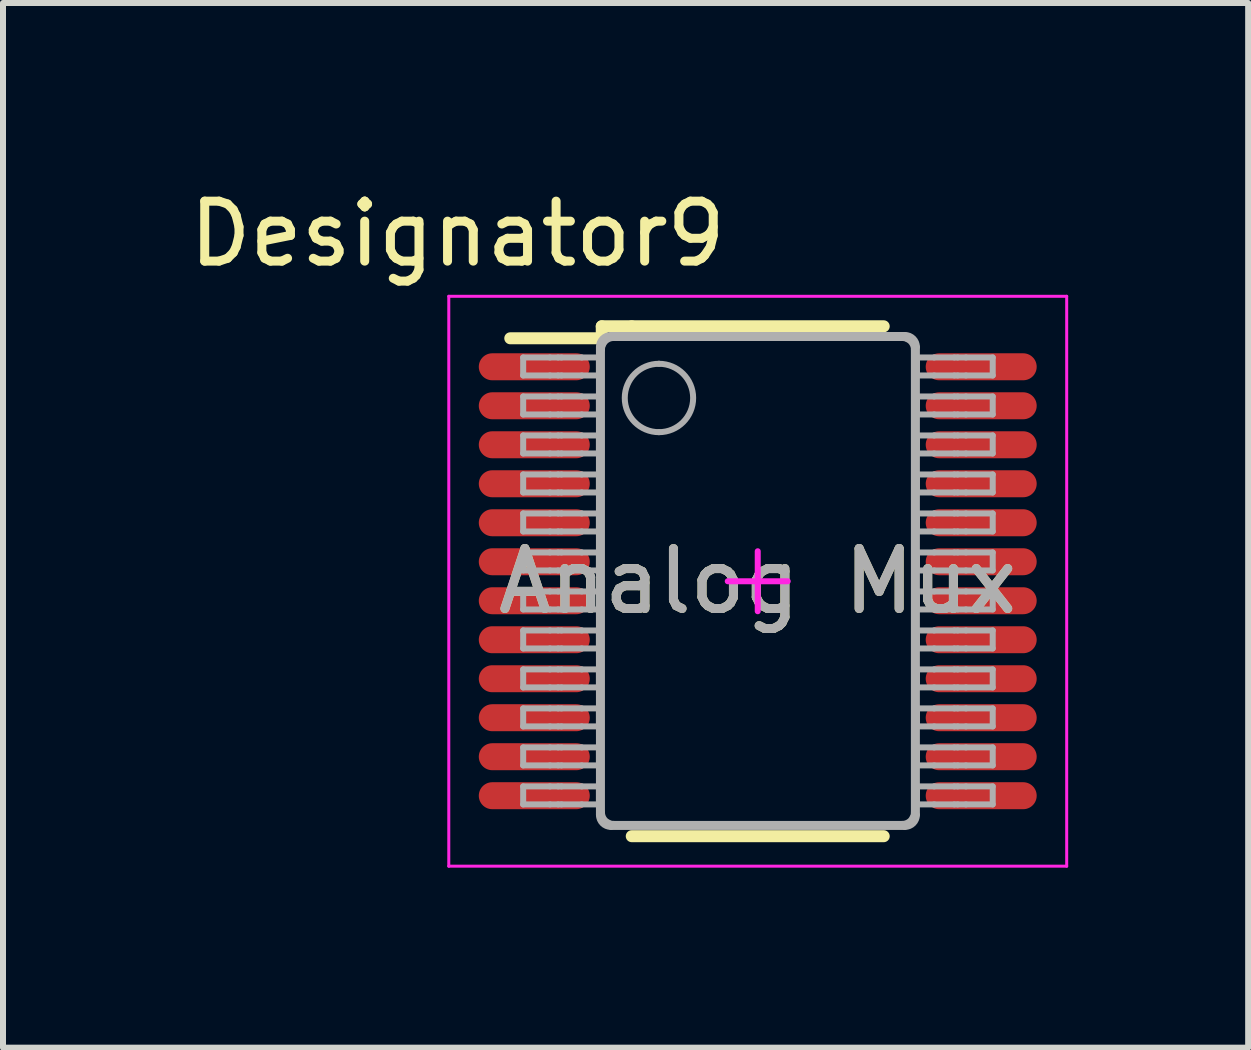
<source format=kicad_pcb>
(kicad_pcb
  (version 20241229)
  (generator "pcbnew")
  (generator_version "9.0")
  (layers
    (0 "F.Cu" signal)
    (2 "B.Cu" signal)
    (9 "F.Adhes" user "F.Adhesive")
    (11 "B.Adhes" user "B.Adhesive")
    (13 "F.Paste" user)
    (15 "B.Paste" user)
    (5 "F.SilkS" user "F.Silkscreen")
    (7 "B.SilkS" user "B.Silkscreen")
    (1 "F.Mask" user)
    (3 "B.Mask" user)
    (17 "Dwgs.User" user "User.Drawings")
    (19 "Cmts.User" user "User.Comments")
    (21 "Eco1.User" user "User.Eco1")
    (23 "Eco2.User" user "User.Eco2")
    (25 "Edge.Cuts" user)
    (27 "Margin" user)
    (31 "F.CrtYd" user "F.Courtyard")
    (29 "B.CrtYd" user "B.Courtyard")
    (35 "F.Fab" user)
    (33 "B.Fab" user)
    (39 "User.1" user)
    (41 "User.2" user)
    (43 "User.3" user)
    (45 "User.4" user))
  (footprint "Analog Mux"
    (layer "F.Cu")
    (at 9.581 6.639)
    (property "Reference" "Analog Mux" (at 0 0 0) (unlocked yes) (layer "F.SilkS") (effects (font (size 1 1) (thickness 0.15))))
    (attr smd)
    (fp_line (start -4.125 -4.05) (end -2.6 -4.05) (stroke (width 0.2) (type solid)) (layer "F.SilkS"))
    (fp_line (start -2.6 -4.25) (end -2.1 -4.25) (stroke (width 0.2) (type solid)) (layer "F.SilkS"))
    (fp_line (start -2.6 -4.05) (end -2.6 -4.25) (stroke (width 0.2) (type solid)) (layer "F.SilkS"))
    (fp_line (start -2.1 -4.25) (end 2.1 -4.25) (stroke (width 0.2) (type solid)) (layer "F.SilkS"))
    (fp_line (start -2.1 4.25) (end 2.1 4.25) (stroke (width 0.2) (type solid)) (layer "F.SilkS"))
    (fp_line (start -5.15 -4.75) (end 5.15 -4.75) (stroke (width 0.05) (type solid)) (layer "F.CrtYd"))
    (fp_line (start -5.15 4.75) (end -5.15 -4.75) (stroke (width 0.05) (type solid)) (layer "F.CrtYd"))
    (fp_line (start -5.15 4.75) (end 5.15 4.75) (stroke (width 0.05) (type solid)) (layer "F.CrtYd"))
    (fp_line (start -0.5 0) (end 0.5 0) (stroke (width 0.1) (type solid)) (layer "F.CrtYd"))
    (fp_line (start -0.000003 0.5) (end -0.000003 -0.5) (stroke (width 0.1) (type solid)) (layer "F.CrtYd"))
    (fp_line (start 5.15 4.75) (end 5.15 -4.75) (stroke (width 0.05) (type solid)) (layer "F.CrtYd"))
    (fp_line (start -3.91 -3.73) (end -3.464 -3.73) (stroke (width 0.1) (type solid)) (layer "F.Fab"))
    (fp_line (start -3.91 -3.43) (end -3.91 -3.73) (stroke (width 0.1) (type solid)) (layer "F.Fab"))
    (fp_line (start -3.91 -3.43) (end -3.464 -3.43) (stroke (width 0.1) (type solid)) (layer "F.Fab"))
    (fp_line (start -3.91 -3.08) (end -3.464 -3.08) (stroke (width 0.1) (type solid)) (layer "F.Fab"))
    (fp_line (start -3.91 -2.78) (end -3.91 -3.08) (stroke (width 0.1) (type solid)) (layer "F.Fab"))
    (fp_line (start -3.91 -2.78) (end -3.464 -2.78) (stroke (width 0.1) (type solid)) (layer "F.Fab"))
    (fp_line (start -3.91 -2.43) (end -3.464 -2.43) (stroke (width 0.1) (type solid)) (layer "F.Fab"))
    (fp_line (start -3.91 -2.13) (end -3.91 -2.43) (stroke (width 0.1) (type solid)) (layer "F.Fab"))
    (fp_line (start -3.91 -2.13) (end -3.464 -2.13) (stroke (width 0.1) (type solid)) (layer "F.Fab"))
    (fp_line (start -3.91 -1.78) (end -3.464 -1.78) (stroke (width 0.1) (type solid)) (layer "F.Fab"))
    (fp_line (start -3.91 -1.48) (end -3.91 -1.78) (stroke (width 0.1) (type solid)) (layer "F.Fab"))
    (fp_line (start -3.91 -1.48) (end -3.464 -1.48) (stroke (width 0.1) (type solid)) (layer "F.Fab"))
    (fp_line (start -3.91 -1.13) (end -3.464 -1.13) (stroke (width 0.1) (type solid)) (layer "F.Fab"))
    (fp_line (start -3.91 -0.83) (end -3.91 -1.13) (stroke (width 0.1) (type solid)) (layer "F.Fab"))
    (fp_line (start -3.91 -0.83) (end -3.464 -0.83) (stroke (width 0.1) (type solid)) (layer "F.Fab"))
    (fp_line (start -3.91 -0.48) (end -3.464 -0.48) (stroke (width 0.1) (type solid)) (layer "F.Fab"))
    (fp_line (start -3.91 -0.18) (end -3.91 -0.48) (stroke (width 0.1) (type solid)) (layer "F.Fab"))
    (fp_line (start -3.91 -0.18) (end -3.464 -0.18) (stroke (width 0.1) (type solid)) (layer "F.Fab"))
    (fp_line (start -3.91 0.17) (end -3.464 0.17) (stroke (width 0.1) (type solid)) (layer "F.Fab"))
    (fp_line (start -3.91 0.47) (end -3.91 0.17) (stroke (width 0.1) (type solid)) (layer "F.Fab"))
    (fp_line (start -3.91 0.47) (end -3.464 0.47) (stroke (width 0.1) (type solid)) (layer "F.Fab"))
    (fp_line (start -3.91 0.82) (end -3.464 0.82) (stroke (width 0.1) (type solid)) (layer "F.Fab"))
    (fp_line (start -3.91 1.12) (end -3.91 0.82) (stroke (width 0.1) (type solid)) (layer "F.Fab"))
    (fp_line (start -3.91 1.12) (end -3.464 1.12) (stroke (width 0.1) (type solid)) (layer "F.Fab"))
    (fp_line (start -3.91 1.47) (end -3.464 1.47) (stroke (width 0.1) (type solid)) (layer "F.Fab"))
    (fp_line (start -3.91 1.77) (end -3.91 1.47) (stroke (width 0.1) (type solid)) (layer "F.Fab"))
    (fp_line (start -3.91 1.77) (end -3.464 1.77) (stroke (width 0.1) (type solid)) (layer "F.Fab"))
    (fp_line (start -3.91 2.12) (end -3.464 2.12) (stroke (width 0.1) (type solid)) (layer "F.Fab"))
    (fp_line (start -3.91 2.42) (end -3.91 2.12) (stroke (width 0.1) (type solid)) (layer "F.Fab"))
    (fp_line (start -3.91 2.42) (end -3.464 2.42) (stroke (width 0.1) (type solid)) (layer "F.Fab"))
    (fp_line (start -3.91 2.77) (end -3.464 2.77) (stroke (width 0.1) (type solid)) (layer "F.Fab"))
    (fp_line (start -3.91 3.07) (end -3.91 2.77) (stroke (width 0.1) (type solid)) (layer "F.Fab"))
    (fp_line (start -3.91 3.07) (end -3.464 3.07) (stroke (width 0.1) (type solid)) (layer "F.Fab"))
    (fp_line (start -3.91 3.42) (end -3.464 3.42) (stroke (width 0.1) (type solid)) (layer "F.Fab"))
    (fp_line (start -3.91 3.72) (end -3.91 3.42) (stroke (width 0.1) (type solid)) (layer "F.Fab"))
    (fp_line (start -3.91 3.72) (end -3.464 3.72) (stroke (width 0.1) (type solid)) (layer "F.Fab"))
    (fp_line (start -3.464 -3.73) (end -3.326 -3.73) (stroke (width 0.1) (type solid)) (layer "F.Fab"))
    (fp_line (start -3.464 -3.43) (end -3.326 -3.43) (stroke (width 0.1) (type solid)) (layer "F.Fab"))
    (fp_line (start -3.464 -3.08) (end -3.326 -3.08) (stroke (width 0.1) (type solid)) (layer "F.Fab"))
    (fp_line (start -3.464 -2.78) (end -3.326 -2.78) (stroke (width 0.1) (type solid)) (layer "F.Fab"))
    (fp_line (start -3.464 -2.43) (end -3.326 -2.43) (stroke (width 0.1) (type solid)) (layer "F.Fab"))
    (fp_line (start -3.464 -2.13) (end -3.326 -2.13) (stroke (width 0.1) (type solid)) (layer "F.Fab"))
    (fp_line (start -3.464 -1.78) (end -3.326 -1.78) (stroke (width 0.1) (type solid)) (layer "F.Fab"))
    (fp_line (start -3.464 -1.48) (end -3.326 -1.48) (stroke (width 0.1) (type solid)) (layer "F.Fab"))
    (fp_line (start -3.464 -1.13) (end -3.326 -1.13) (stroke (width 0.1) (type solid)) (layer "F.Fab"))
    (fp_line (start -3.464 -0.83) (end -3.326 -0.83) (stroke (width 0.1) (type solid)) (layer "F.Fab"))
    (fp_line (start -3.464 -0.48) (end -3.326 -0.48) (stroke (width 0.1) (type solid)) (layer "F.Fab"))
    (fp_line (start -3.464 -0.18) (end -3.326 -0.18) (stroke (width 0.1) (type solid)) (layer "F.Fab"))
    (fp_line (start -3.464 0.17) (end -3.326 0.17) (stroke (width 0.1) (type solid)) (layer "F.Fab"))
    (fp_line (start -3.464 0.47) (end -3.326 0.47) (stroke (width 0.1) (type solid)) (layer "F.Fab"))
    (fp_line (start -3.464 0.82) (end -3.326 0.82) (stroke (width 0.1) (type solid)) (layer "F.Fab"))
    (fp_line (start -3.464 1.12) (end -3.326 1.12) (stroke (width 0.1) (type solid)) (layer "F.Fab"))
    (fp_line (start -3.464 1.47) (end -3.326 1.47) (stroke (width 0.1) (type solid)) (layer "F.Fab"))
    (fp_line (start -3.464 1.77) (end -3.326 1.77) (stroke (width 0.1) (type solid)) (layer "F.Fab"))
    (fp_line (start -3.464 2.12) (end -3.326 2.12) (stroke (width 0.1) (type solid)) (layer "F.Fab"))
    (fp_line (start -3.464 2.42) (end -3.326 2.42) (stroke (width 0.1) (type solid)) (layer "F.Fab"))
    (fp_line (start -3.464 2.77) (end -3.326 2.77) (stroke (width 0.1) (type solid)) (layer "F.Fab"))
    (fp_line (start -3.464 3.07) (end -3.326 3.07) (stroke (width 0.1) (type solid)) (layer "F.Fab"))
    (fp_line (start -3.464 3.42) (end -3.326 3.42) (stroke (width 0.1) (type solid)) (layer "F.Fab"))
    (fp_line (start -3.464 3.72) (end -3.326 3.72) (stroke (width 0.1) (type solid)) (layer "F.Fab"))
    (fp_line (start -3.326 -3.73) (end -3.272 -3.73) (stroke (width 0.1) (type solid)) (layer "F.Fab"))
    (fp_line (start -3.326 -3.43) (end -3.272 -3.43) (stroke (width 0.1) (type solid)) (layer "F.Fab"))
    (fp_line (start -3.326 -3.08) (end -3.272 -3.08) (stroke (width 0.1) (type solid)) (layer "F.Fab"))
    (fp_line (start -3.326 -2.78) (end -3.272 -2.78) (stroke (width 0.1) (type solid)) (layer "F.Fab"))
    (fp_line (start -3.326 -2.43) (end -3.272 -2.43) (stroke (width 0.1) (type solid)) (layer "F.Fab"))
    (fp_line (start -3.326 -2.13) (end -3.272 -2.13) (stroke (width 0.1) (type solid)) (layer "F.Fab"))
    (fp_line (start -3.326 -1.78) (end -3.272 -1.78) (stroke (width 0.1) (type solid)) (layer "F.Fab"))
    (fp_line (start -3.326 -1.48) (end -3.272 -1.48) (stroke (width 0.1) (type solid)) (layer "F.Fab"))
    (fp_line (start -3.326 -1.13) (end -3.272 -1.13) (stroke (width 0.1) (type solid)) (layer "F.Fab"))
    (fp_line (start -3.326 -0.83) (end -3.272 -0.83) (stroke (width 0.1) (type solid)) (layer "F.Fab"))
    (fp_line (start -3.326 -0.48) (end -3.272 -0.48) (stroke (width 0.1) (type solid)) (layer "F.Fab"))
    (fp_line (start -3.326 -0.18) (end -3.272 -0.18) (stroke (width 0.1) (type solid)) (layer "F.Fab"))
    (fp_line (start -3.326 0.17) (end -3.272 0.17) (stroke (width 0.1) (type solid)) (layer "F.Fab"))
    (fp_line (start -3.326 0.47) (end -3.272 0.47) (stroke (width 0.1) (type solid)) (layer "F.Fab"))
    (fp_line (start -3.326 0.82) (end -3.272 0.82) (stroke (width 0.1) (type solid)) (layer "F.Fab"))
    (fp_line (start -3.326 1.12) (end -3.272 1.12) (stroke (width 0.1) (type solid)) (layer "F.Fab"))
    (fp_line (start -3.326 1.47) (end -3.272 1.47) (stroke (width 0.1) (type solid)) (layer "F.Fab"))
    (fp_line (start -3.326 1.77) (end -3.272 1.77) (stroke (width 0.1) (type solid)) (layer "F.Fab"))
    (fp_line (start -3.326 2.12) (end -3.272 2.12) (stroke (width 0.1) (type solid)) (layer "F.Fab"))
    (fp_line (start -3.326 2.42) (end -3.272 2.42) (stroke (width 0.1) (type solid)) (layer "F.Fab"))
    (fp_line (start -3.326 2.77) (end -3.272 2.77) (stroke (width 0.1) (type solid)) (layer "F.Fab"))
    (fp_line (start -3.326 3.07) (end -3.272 3.07) (stroke (width 0.1) (type solid)) (layer "F.Fab"))
    (fp_line (start -3.326 3.42) (end -3.272 3.42) (stroke (width 0.1) (type solid)) (layer "F.Fab"))
    (fp_line (start -3.326 3.72) (end -3.272 3.72) (stroke (width 0.1) (type solid)) (layer "F.Fab"))
    (fp_line (start -3.272 -3.73) (end -2.934 -3.73) (stroke (width 0.1) (type solid)) (layer "F.Fab"))
    (fp_line (start -3.272 -3.43) (end -2.934 -3.43) (stroke (width 0.1) (type solid)) (layer "F.Fab"))
    (fp_line (start -3.272 -3.08) (end -2.934 -3.08) (stroke (width 0.1) (type solid)) (layer "F.Fab"))
    (fp_line (start -3.272 -2.78) (end -2.934 -2.78) (stroke (width 0.1) (type solid)) (layer "F.Fab"))
    (fp_line (start -3.272 -2.43) (end -2.934 -2.43) (stroke (width 0.1) (type solid)) (layer "F.Fab"))
    (fp_line (start -3.272 -2.13) (end -2.934 -2.13) (stroke (width 0.1) (type solid)) (layer "F.Fab"))
    (fp_line (start -3.272 -1.78) (end -2.934 -1.78) (stroke (width 0.1) (type solid)) (layer "F.Fab"))
    (fp_line (start -3.272 -1.48) (end -2.934 -1.48) (stroke (width 0.1) (type solid)) (layer "F.Fab"))
    (fp_line (start -3.272 -1.13) (end -2.934 -1.13) (stroke (width 0.1) (type solid)) (layer "F.Fab"))
    (fp_line (start -3.272 -0.83) (end -2.934 -0.83) (stroke (width 0.1) (type solid)) (layer "F.Fab"))
    (fp_line (start -3.272 -0.48) (end -2.934 -0.48) (stroke (width 0.1) (type solid)) (layer "F.Fab"))
    (fp_line (start -3.272 -0.18) (end -2.934 -0.18) (stroke (width 0.1) (type solid)) (layer "F.Fab"))
    (fp_line (start -3.272 0.17) (end -2.934 0.17) (stroke (width 0.1) (type solid)) (layer "F.Fab"))
    (fp_line (start -3.272 0.47) (end -2.934 0.47) (stroke (width 0.1) (type solid)) (layer "F.Fab"))
    (fp_line (start -3.272 0.82) (end -2.934 0.82) (stroke (width 0.1) (type solid)) (layer "F.Fab"))
    (fp_line (start -3.272 1.12) (end -2.934 1.12) (stroke (width 0.1) (type solid)) (layer "F.Fab"))
    (fp_line (start -3.272 1.47) (end -2.934 1.47) (stroke (width 0.1) (type solid)) (layer "F.Fab"))
    (fp_line (start -3.272 1.77) (end -2.934 1.77) (stroke (width 0.1) (type solid)) (layer "F.Fab"))
    (fp_line (start -3.272 2.12) (end -2.934 2.12) (stroke (width 0.1) (type solid)) (layer "F.Fab"))
    (fp_line (start -3.272 2.42) (end -2.934 2.42) (stroke (width 0.1) (type solid)) (layer "F.Fab"))
    (fp_line (start -3.272 2.77) (end -2.934 2.77) (stroke (width 0.1) (type solid)) (layer "F.Fab"))
    (fp_line (start -3.272 3.07) (end -2.934 3.07) (stroke (width 0.1) (type solid)) (layer "F.Fab"))
    (fp_line (start -3.272 3.42) (end -2.934 3.42) (stroke (width 0.1) (type solid)) (layer "F.Fab"))
    (fp_line (start -3.272 3.72) (end -2.934 3.72) (stroke (width 0.1) (type solid)) (layer "F.Fab"))
    (fp_line (start -2.934 -3.73) (end -2.647 -3.73) (stroke (width 0.1) (type solid)) (layer "F.Fab"))
    (fp_line (start -2.934 -3.43) (end -2.647 -3.43) (stroke (width 0.1) (type solid)) (layer "F.Fab"))
    (fp_line (start -2.934 -3.08) (end -2.647 -3.08) (stroke (width 0.1) (type solid)) (layer "F.Fab"))
    (fp_line (start -2.934 -2.78) (end -2.647 -2.78) (stroke (width 0.1) (type solid)) (layer "F.Fab"))
    (fp_line (start -2.934 -2.43) (end -2.647 -2.43) (stroke (width 0.1) (type solid)) (layer "F.Fab"))
    (fp_line (start -2.934 -2.13) (end -2.647 -2.13) (stroke (width 0.1) (type solid)) (layer "F.Fab"))
    (fp_line (start -2.934 -1.78) (end -2.647 -1.78) (stroke (width 0.1) (type solid)) (layer "F.Fab"))
    (fp_line (start -2.934 -1.48) (end -2.647 -1.48) (stroke (width 0.1) (type solid)) (layer "F.Fab"))
    (fp_line (start -2.934 -1.13) (end -2.647 -1.13) (stroke (width 0.1) (type solid)) (layer "F.Fab"))
    (fp_line (start -2.934 -0.83) (end -2.647 -0.83) (stroke (width 0.1) (type solid)) (layer "F.Fab"))
    (fp_line (start -2.934 -0.48) (end -2.647 -0.48) (stroke (width 0.1) (type solid)) (layer "F.Fab"))
    (fp_line (start -2.934 -0.18) (end -2.647 -0.18) (stroke (width 0.1) (type solid)) (layer "F.Fab"))
    (fp_line (start -2.934 0.17) (end -2.647 0.17) (stroke (width 0.1) (type solid)) (layer "F.Fab"))
    (fp_line (start -2.934 0.47) (end -2.647 0.47) (stroke (width 0.1) (type solid)) (layer "F.Fab"))
    (fp_line (start -2.934 0.82) (end -2.647 0.82) (stroke (width 0.1) (type solid)) (layer "F.Fab"))
    (fp_line (start -2.934 1.12) (end -2.647 1.12) (stroke (width 0.1) (type solid)) (layer "F.Fab"))
    (fp_line (start -2.934 1.47) (end -2.647 1.47) (stroke (width 0.1) (type solid)) (layer "F.Fab"))
    (fp_line (start -2.934 1.77) (end -2.647 1.77) (stroke (width 0.1) (type solid)) (layer "F.Fab"))
    (fp_line (start -2.934 2.12) (end -2.647 2.12) (stroke (width 0.1) (type solid)) (layer "F.Fab"))
    (fp_line (start -2.934 2.42) (end -2.647 2.42) (stroke (width 0.1) (type solid)) (layer "F.Fab"))
    (fp_line (start -2.934 2.77) (end -2.647 2.77) (stroke (width 0.1) (type solid)) (layer "F.Fab"))
    (fp_line (start -2.934 3.07) (end -2.647 3.07) (stroke (width 0.1) (type solid)) (layer "F.Fab"))
    (fp_line (start -2.934 3.42) (end -2.647 3.42) (stroke (width 0.1) (type solid)) (layer "F.Fab"))
    (fp_line (start -2.934 3.72) (end -2.647 3.72) (stroke (width 0.1) (type solid)) (layer "F.Fab"))
    (fp_line (start -2.647 -3.43) (end -2.647 -3.73) (stroke (width 0.1) (type solid)) (layer "F.Fab"))
    (fp_line (start -2.647 -2.78) (end -2.647 -3.08) (stroke (width 0.1) (type solid)) (layer "F.Fab"))
    (fp_line (start -2.647 -2.13) (end -2.647 -2.43) (stroke (width 0.1) (type solid)) (layer "F.Fab"))
    (fp_line (start -2.647 -1.48) (end -2.647 -1.78) (stroke (width 0.1) (type solid)) (layer "F.Fab"))
    (fp_line (start -2.647 -0.83) (end -2.647 -1.13) (stroke (width 0.1) (type solid)) (layer "F.Fab"))
    (fp_line (start -2.647 -0.18) (end -2.647 -0.48) (stroke (width 0.1) (type solid)) (layer "F.Fab"))
    (fp_line (start -2.647 0.47) (end -2.647 0.17) (stroke (width 0.1) (type solid)) (layer "F.Fab"))
    (fp_line (start -2.647 1.12) (end -2.647 0.82) (stroke (width 0.1) (type solid)) (layer "F.Fab"))
    (fp_line (start -2.647 1.77) (end -2.647 1.47) (stroke (width 0.1) (type solid)) (layer "F.Fab"))
    (fp_line (start -2.647 2.42) (end -2.647 2.12) (stroke (width 0.1) (type solid)) (layer "F.Fab"))
    (fp_line (start -2.647 3.07) (end -2.647 2.77) (stroke (width 0.1) (type solid)) (layer "F.Fab"))
    (fp_line (start -2.647 3.72) (end -2.647 3.42) (stroke (width 0.1) (type solid)) (layer "F.Fab"))
    (fp_line (start -2.647 3.895) (end -2.647 -3.905) (stroke (width 0.1) (type solid)) (layer "F.Fab"))
    (fp_line (start -2.597 3.849) (end -2.597 -3.859) (stroke (width 0.1) (type solid)) (layer "F.Fab"))
    (fp_line (start -2.447 -4.105) (end 2.453 -4.105) (stroke (width 0.1) (type solid)) (layer "F.Fab"))
    (fp_line (start -2.447 4.095) (end 2.453 4.095) (stroke (width 0.1) (type solid)) (layer "F.Fab"))
    (fp_line (start -2.401 -4.055) (end 2.408 -4.055) (stroke (width 0.1) (type solid)) (layer "F.Fab"))
    (fp_line (start -2.401 4.045) (end 2.408 4.045) (stroke (width 0.1) (type solid)) (layer "F.Fab"))
    (fp_line (start 2.603 3.849) (end 2.603 -3.859) (stroke (width 0.1) (type solid)) (layer "F.Fab"))
    (fp_line (start 2.653 -3.73) (end 2.941 -3.73) (stroke (width 0.1) (type solid)) (layer "F.Fab"))
    (fp_line (start 2.653 -3.43) (end 2.653 -3.73) (stroke (width 0.1) (type solid)) (layer "F.Fab"))
    (fp_line (start 2.653 -3.43) (end 2.941 -3.43) (stroke (width 0.1) (type solid)) (layer "F.Fab"))
    (fp_line (start 2.653 -3.08) (end 2.941 -3.08) (stroke (width 0.1) (type solid)) (layer "F.Fab"))
    (fp_line (start 2.653 -2.78) (end 2.653 -3.08) (stroke (width 0.1) (type solid)) (layer "F.Fab"))
    (fp_line (start 2.653 -2.78) (end 2.941 -2.78) (stroke (width 0.1) (type solid)) (layer "F.Fab"))
    (fp_line (start 2.653 -2.43) (end 2.941 -2.43) (stroke (width 0.1) (type solid)) (layer "F.Fab"))
    (fp_line (start 2.653 -2.13) (end 2.653 -2.43) (stroke (width 0.1) (type solid)) (layer "F.Fab"))
    (fp_line (start 2.653 -2.13) (end 2.941 -2.13) (stroke (width 0.1) (type solid)) (layer "F.Fab"))
    (fp_line (start 2.653 -1.78) (end 2.941 -1.78) (stroke (width 0.1) (type solid)) (layer "F.Fab"))
    (fp_line (start 2.653 -1.48) (end 2.653 -1.78) (stroke (width 0.1) (type solid)) (layer "F.Fab"))
    (fp_line (start 2.653 -1.48) (end 2.941 -1.48) (stroke (width 0.1) (type solid)) (layer "F.Fab"))
    (fp_line (start 2.653 -1.13) (end 2.941 -1.13) (stroke (width 0.1) (type solid)) (layer "F.Fab"))
    (fp_line (start 2.653 -0.83) (end 2.653 -1.13) (stroke (width 0.1) (type solid)) (layer "F.Fab"))
    (fp_line (start 2.653 -0.83) (end 2.941 -0.83) (stroke (width 0.1) (type solid)) (layer "F.Fab"))
    (fp_line (start 2.653 -0.48) (end 2.941 -0.48) (stroke (width 0.1) (type solid)) (layer "F.Fab"))
    (fp_line (start 2.653 -0.18) (end 2.653 -0.48) (stroke (width 0.1) (type solid)) (layer "F.Fab"))
    (fp_line (start 2.653 -0.18) (end 2.941 -0.18) (stroke (width 0.1) (type solid)) (layer "F.Fab"))
    (fp_line (start 2.653 0.17) (end 2.941 0.17) (stroke (width 0.1) (type solid)) (layer "F.Fab"))
    (fp_line (start 2.653 0.47) (end 2.653 0.17) (stroke (width 0.1) (type solid)) (layer "F.Fab"))
    (fp_line (start 2.653 0.47) (end 2.941 0.47) (stroke (width 0.1) (type solid)) (layer "F.Fab"))
    (fp_line (start 2.653 0.82) (end 2.941 0.82) (stroke (width 0.1) (type solid)) (layer "F.Fab"))
    (fp_line (start 2.653 1.12) (end 2.653 0.82) (stroke (width 0.1) (type solid)) (layer "F.Fab"))
    (fp_line (start 2.653 1.12) (end 2.941 1.12) (stroke (width 0.1) (type solid)) (layer "F.Fab"))
    (fp_line (start 2.653 1.47) (end 2.941 1.47) (stroke (width 0.1) (type solid)) (layer "F.Fab"))
    (fp_line (start 2.653 1.77) (end 2.653 1.47) (stroke (width 0.1) (type solid)) (layer "F.Fab"))
    (fp_line (start 2.653 1.77) (end 2.941 1.77) (stroke (width 0.1) (type solid)) (layer "F.Fab"))
    (fp_line (start 2.653 2.12) (end 2.941 2.12) (stroke (width 0.1) (type solid)) (layer "F.Fab"))
    (fp_line (start 2.653 2.42) (end 2.653 2.12) (stroke (width 0.1) (type solid)) (layer "F.Fab"))
    (fp_line (start 2.653 2.42) (end 2.941 2.42) (stroke (width 0.1) (type solid)) (layer "F.Fab"))
    (fp_line (start 2.653 2.77) (end 2.941 2.77) (stroke (width 0.1) (type solid)) (layer "F.Fab"))
    (fp_line (start 2.653 3.07) (end 2.653 2.77) (stroke (width 0.1) (type solid)) (layer "F.Fab"))
    (fp_line (start 2.653 3.07) (end 2.941 3.07) (stroke (width 0.1) (type solid)) (layer "F.Fab"))
    (fp_line (start 2.653 3.42) (end 2.941 3.42) (stroke (width 0.1) (type solid)) (layer "F.Fab"))
    (fp_line (start 2.653 3.72) (end 2.653 3.42) (stroke (width 0.1) (type solid)) (layer "F.Fab"))
    (fp_line (start 2.653 3.72) (end 2.941 3.72) (stroke (width 0.1) (type solid)) (layer "F.Fab"))
    (fp_line (start 2.653 3.895) (end 2.653 -3.905) (stroke (width 0.1) (type solid)) (layer "F.Fab"))
    (fp_line (start 2.941 -3.73) (end 3.278 -3.73) (stroke (width 0.1) (type solid)) (layer "F.Fab"))
    (fp_line (start 2.941 -3.43) (end 3.278 -3.43) (stroke (width 0.1) (type solid)) (layer "F.Fab"))
    (fp_line (start 2.941 -3.08) (end 3.278 -3.08) (stroke (width 0.1) (type solid)) (layer "F.Fab"))
    (fp_line (start 2.941 -2.78) (end 3.278 -2.78) (stroke (width 0.1) (type solid)) (layer "F.Fab"))
    (fp_line (start 2.941 -2.43) (end 3.278 -2.43) (stroke (width 0.1) (type solid)) (layer "F.Fab"))
    (fp_line (start 2.941 -2.13) (end 3.278 -2.13) (stroke (width 0.1) (type solid)) (layer "F.Fab"))
    (fp_line (start 2.941 -1.78) (end 3.278 -1.78) (stroke (width 0.1) (type solid)) (layer "F.Fab"))
    (fp_line (start 2.941 -1.48) (end 3.278 -1.48) (stroke (width 0.1) (type solid)) (layer "F.Fab"))
    (fp_line (start 2.941 -1.13) (end 3.278 -1.13) (stroke (width 0.1) (type solid)) (layer "F.Fab"))
    (fp_line (start 2.941 -0.83) (end 3.278 -0.83) (stroke (width 0.1) (type solid)) (layer "F.Fab"))
    (fp_line (start 2.941 -0.48) (end 3.278 -0.48) (stroke (width 0.1) (type solid)) (layer "F.Fab"))
    (fp_line (start 2.941 -0.18) (end 3.278 -0.18) (stroke (width 0.1) (type solid)) (layer "F.Fab"))
    (fp_line (start 2.941 0.17) (end 3.278 0.17) (stroke (width 0.1) (type solid)) (layer "F.Fab"))
    (fp_line (start 2.941 0.47) (end 3.278 0.47) (stroke (width 0.1) (type solid)) (layer "F.Fab"))
    (fp_line (start 2.941 0.82) (end 3.278 0.82) (stroke (width 0.1) (type solid)) (layer "F.Fab"))
    (fp_line (start 2.941 1.12) (end 3.278 1.12) (stroke (width 0.1) (type solid)) (layer "F.Fab"))
    (fp_line (start 2.941 1.47) (end 3.278 1.47) (stroke (width 0.1) (type solid)) (layer "F.Fab"))
    (fp_line (start 2.941 1.77) (end 3.278 1.77) (stroke (width 0.1) (type solid)) (layer "F.Fab"))
    (fp_line (start 2.941 2.12) (end 3.278 2.12) (stroke (width 0.1) (type solid)) (layer "F.Fab"))
    (fp_line (start 2.941 2.42) (end 3.278 2.42) (stroke (width 0.1) (type solid)) (layer "F.Fab"))
    (fp_line (start 2.941 2.77) (end 3.278 2.77) (stroke (width 0.1) (type solid)) (layer "F.Fab"))
    (fp_line (start 2.941 3.07) (end 3.278 3.07) (stroke (width 0.1) (type solid)) (layer "F.Fab"))
    (fp_line (start 2.941 3.42) (end 3.278 3.42) (stroke (width 0.1) (type solid)) (layer "F.Fab"))
    (fp_line (start 2.941 3.72) (end 3.278 3.72) (stroke (width 0.1) (type solid)) (layer "F.Fab"))
    (fp_line (start 3.278 -3.73) (end 3.332 -3.73) (stroke (width 0.1) (type solid)) (layer "F.Fab"))
    (fp_line (start 3.278 -3.43) (end 3.332 -3.43) (stroke (width 0.1) (type solid)) (layer "F.Fab"))
    (fp_line (start 3.278 -3.08) (end 3.332 -3.08) (stroke (width 0.1) (type solid)) (layer "F.Fab"))
    (fp_line (start 3.278 -2.78) (end 3.332 -2.78) (stroke (width 0.1) (type solid)) (layer "F.Fab"))
    (fp_line (start 3.278 -2.43) (end 3.332 -2.43) (stroke (width 0.1) (type solid)) (layer "F.Fab"))
    (fp_line (start 3.278 -2.13) (end 3.332 -2.13) (stroke (width 0.1) (type solid)) (layer "F.Fab"))
    (fp_line (start 3.278 -1.78) (end 3.332 -1.78) (stroke (width 0.1) (type solid)) (layer "F.Fab"))
    (fp_line (start 3.278 -1.48) (end 3.332 -1.48) (stroke (width 0.1) (type solid)) (layer "F.Fab"))
    (fp_line (start 3.278 -1.13) (end 3.332 -1.13) (stroke (width 0.1) (type solid)) (layer "F.Fab"))
    (fp_line (start 3.278 -0.83) (end 3.332 -0.83) (stroke (width 0.1) (type solid)) (layer "F.Fab"))
    (fp_line (start 3.278 -0.48) (end 3.332 -0.48) (stroke (width 0.1) (type solid)) (layer "F.Fab"))
    (fp_line (start 3.278 -0.18) (end 3.332 -0.18) (stroke (width 0.1) (type solid)) (layer "F.Fab"))
    (fp_line (start 3.278 0.17) (end 3.332 0.17) (stroke (width 0.1) (type solid)) (layer "F.Fab"))
    (fp_line (start 3.278 0.47) (end 3.332 0.47) (stroke (width 0.1) (type solid)) (layer "F.Fab"))
    (fp_line (start 3.278 0.82) (end 3.332 0.82) (stroke (width 0.1) (type solid)) (layer "F.Fab"))
    (fp_line (start 3.278 1.12) (end 3.332 1.12) (stroke (width 0.1) (type solid)) (layer "F.Fab"))
    (fp_line (start 3.278 1.47) (end 3.332 1.47) (stroke (width 0.1) (type solid)) (layer "F.Fab"))
    (fp_line (start 3.278 1.77) (end 3.332 1.77) (stroke (width 0.1) (type solid)) (layer "F.Fab"))
    (fp_line (start 3.278 2.12) (end 3.332 2.12) (stroke (width 0.1) (type solid)) (layer "F.Fab"))
    (fp_line (start 3.278 2.42) (end 3.332 2.42) (stroke (width 0.1) (type solid)) (layer "F.Fab"))
    (fp_line (start 3.278 2.77) (end 3.332 2.77) (stroke (width 0.1) (type solid)) (layer "F.Fab"))
    (fp_line (start 3.278 3.07) (end 3.332 3.07) (stroke (width 0.1) (type solid)) (layer "F.Fab"))
    (fp_line (start 3.278 3.42) (end 3.332 3.42) (stroke (width 0.1) (type solid)) (layer "F.Fab"))
    (fp_line (start 3.278 3.72) (end 3.332 3.72) (stroke (width 0.1) (type solid)) (layer "F.Fab"))
    (fp_line (start 3.332 -3.73) (end 3.471 -3.73) (stroke (width 0.1) (type solid)) (layer "F.Fab"))
    (fp_line (start 3.332 -3.43) (end 3.471 -3.43) (stroke (width 0.1) (type solid)) (layer "F.Fab"))
    (fp_line (start 3.332 -3.08) (end 3.471 -3.08) (stroke (width 0.1) (type solid)) (layer "F.Fab"))
    (fp_line (start 3.332 -2.78) (end 3.471 -2.78) (stroke (width 0.1) (type solid)) (layer "F.Fab"))
    (fp_line (start 3.332 -2.43) (end 3.471 -2.43) (stroke (width 0.1) (type solid)) (layer "F.Fab"))
    (fp_line (start 3.332 -2.13) (end 3.471 -2.13) (stroke (width 0.1) (type solid)) (layer "F.Fab"))
    (fp_line (start 3.332 -1.78) (end 3.471 -1.78) (stroke (width 0.1) (type solid)) (layer "F.Fab"))
    (fp_line (start 3.332 -1.48) (end 3.471 -1.48) (stroke (width 0.1) (type solid)) (layer "F.Fab"))
    (fp_line (start 3.332 -1.13) (end 3.471 -1.13) (stroke (width 0.1) (type solid)) (layer "F.Fab"))
    (fp_line (start 3.332 -0.83) (end 3.471 -0.83) (stroke (width 0.1) (type solid)) (layer "F.Fab"))
    (fp_line (start 3.332 -0.48) (end 3.471 -0.48) (stroke (width 0.1) (type solid)) (layer "F.Fab"))
    (fp_line (start 3.332 -0.18) (end 3.471 -0.18) (stroke (width 0.1) (type solid)) (layer "F.Fab"))
    (fp_line (start 3.332 0.17) (end 3.471 0.17) (stroke (width 0.1) (type solid)) (layer "F.Fab"))
    (fp_line (start 3.332 0.47) (end 3.471 0.47) (stroke (width 0.1) (type solid)) (layer "F.Fab"))
    (fp_line (start 3.332 0.82) (end 3.471 0.82) (stroke (width 0.1) (type solid)) (layer "F.Fab"))
    (fp_line (start 3.332 1.12) (end 3.471 1.12) (stroke (width 0.1) (type solid)) (layer "F.Fab"))
    (fp_line (start 3.332 1.47) (end 3.471 1.47) (stroke (width 0.1) (type solid)) (layer "F.Fab"))
    (fp_line (start 3.332 1.77) (end 3.471 1.77) (stroke (width 0.1) (type solid)) (layer "F.Fab"))
    (fp_line (start 3.332 2.12) (end 3.471 2.12) (stroke (width 0.1) (type solid)) (layer "F.Fab"))
    (fp_line (start 3.332 2.42) (end 3.471 2.42) (stroke (width 0.1) (type solid)) (layer "F.Fab"))
    (fp_line (start 3.332 2.77) (end 3.471 2.77) (stroke (width 0.1) (type solid)) (layer "F.Fab"))
    (fp_line (start 3.332 3.07) (end 3.471 3.07) (stroke (width 0.1) (type solid)) (layer "F.Fab"))
    (fp_line (start 3.332 3.42) (end 3.471 3.42) (stroke (width 0.1) (type solid)) (layer "F.Fab"))
    (fp_line (start 3.332 3.72) (end 3.471 3.72) (stroke (width 0.1) (type solid)) (layer "F.Fab"))
    (fp_line (start 3.471 -3.73) (end 3.917 -3.73) (stroke (width 0.1) (type solid)) (layer "F.Fab"))
    (fp_line (start 3.471 -3.43) (end 3.917 -3.43) (stroke (width 0.1) (type solid)) (layer "F.Fab"))
    (fp_line (start 3.471 -3.08) (end 3.917 -3.08) (stroke (width 0.1) (type solid)) (layer "F.Fab"))
    (fp_line (start 3.471 -2.78) (end 3.917 -2.78) (stroke (width 0.1) (type solid)) (layer "F.Fab"))
    (fp_line (start 3.471 -2.43) (end 3.917 -2.43) (stroke (width 0.1) (type solid)) (layer "F.Fab"))
    (fp_line (start 3.471 -2.13) (end 3.917 -2.13) (stroke (width 0.1) (type solid)) (layer "F.Fab"))
    (fp_line (start 3.471 -1.78) (end 3.917 -1.78) (stroke (width 0.1) (type solid)) (layer "F.Fab"))
    (fp_line (start 3.471 -1.48) (end 3.917 -1.48) (stroke (width 0.1) (type solid)) (layer "F.Fab"))
    (fp_line (start 3.471 -1.13) (end 3.917 -1.13) (stroke (width 0.1) (type solid)) (layer "F.Fab"))
    (fp_line (start 3.471 -0.83) (end 3.917 -0.83) (stroke (width 0.1) (type solid)) (layer "F.Fab"))
    (fp_line (start 3.471 -0.48) (end 3.917 -0.48) (stroke (width 0.1) (type solid)) (layer "F.Fab"))
    (fp_line (start 3.471 -0.18) (end 3.917 -0.18) (stroke (width 0.1) (type solid)) (layer "F.Fab"))
    (fp_line (start 3.471 0.17) (end 3.917 0.17) (stroke (width 0.1) (type solid)) (layer "F.Fab"))
    (fp_line (start 3.471 0.47) (end 3.917 0.47) (stroke (width 0.1) (type solid)) (layer "F.Fab"))
    (fp_line (start 3.471 0.82) (end 3.917 0.82) (stroke (width 0.1) (type solid)) (layer "F.Fab"))
    (fp_line (start 3.471 1.12) (end 3.917 1.12) (stroke (width 0.1) (type solid)) (layer "F.Fab"))
    (fp_line (start 3.471 1.47) (end 3.917 1.47) (stroke (width 0.1) (type solid)) (layer "F.Fab"))
    (fp_line (start 3.471 1.77) (end 3.917 1.77) (stroke (width 0.1) (type solid)) (layer "F.Fab"))
    (fp_line (start 3.471 2.12) (end 3.917 2.12) (stroke (width 0.1) (type solid)) (layer "F.Fab"))
    (fp_line (start 3.471 2.42) (end 3.917 2.42) (stroke (width 0.1) (type solid)) (layer "F.Fab"))
    (fp_line (start 3.471 2.77) (end 3.917 2.77) (stroke (width 0.1) (type solid)) (layer "F.Fab"))
    (fp_line (start 3.471 3.07) (end 3.917 3.07) (stroke (width 0.1) (type solid)) (layer "F.Fab"))
    (fp_line (start 3.471 3.42) (end 3.917 3.42) (stroke (width 0.1) (type solid)) (layer "F.Fab"))
    (fp_line (start 3.471 3.72) (end 3.917 3.72) (stroke (width 0.1) (type solid)) (layer "F.Fab"))
    (fp_line (start 3.917 -3.43) (end 3.917 -3.73) (stroke (width 0.1) (type solid)) (layer "F.Fab"))
    (fp_line (start 3.917 -2.78) (end 3.917 -3.08) (stroke (width 0.1) (type solid)) (layer "F.Fab"))
    (fp_line (start 3.917 -2.13) (end 3.917 -2.43) (stroke (width 0.1) (type solid)) (layer "F.Fab"))
    (fp_line (start 3.917 -1.48) (end 3.917 -1.78) (stroke (width 0.1) (type solid)) (layer "F.Fab"))
    (fp_line (start 3.917 -0.83) (end 3.917 -1.13) (stroke (width 0.1) (type solid)) (layer "F.Fab"))
    (fp_line (start 3.917 -0.18) (end 3.917 -0.48) (stroke (width 0.1) (type solid)) (layer "F.Fab"))
    (fp_line (start 3.917 0.47) (end 3.917 0.17) (stroke (width 0.1) (type solid)) (layer "F.Fab"))
    (fp_line (start 3.917 1.12) (end 3.917 0.82) (stroke (width 0.1) (type solid)) (layer "F.Fab"))
    (fp_line (start 3.917 1.77) (end 3.917 1.47) (stroke (width 0.1) (type solid)) (layer "F.Fab"))
    (fp_line (start 3.917 2.42) (end 3.917 2.12) (stroke (width 0.1) (type solid)) (layer "F.Fab"))
    (fp_line (start 3.917 3.07) (end 3.917 2.77) (stroke (width 0.1) (type solid)) (layer "F.Fab"))
    (fp_line (start 3.917 3.72) (end 3.917 3.42) (stroke (width 0.1) (type solid)) (layer "F.Fab"))
    (fp_arc (start -2.646746 -3.905001) (mid -2.588168 -4.046422) (end -2.446746 -4.105001) (stroke (width 0.1) (type solid)) (layer "F.Fab"))
    (fp_arc (start -2.596746 -3.859369) (mid -2.591434 -3.905402) (end -2.575603 -3.948952) (stroke (width 0.1) (type solid)) (layer "F.Fab"))
    (fp_arc (start -2.575602 -3.948953) (mid -2.503469 -4.026837) (end -2.401117 -4.055) (stroke (width 0.1) (type solid)) (layer "F.Fab"))
    (fp_arc (start -2.491219 4.023591) (mid -2.568735 3.951473) (end -2.596746 3.849369) (stroke (width 0.1) (type solid)) (layer "F.Fab"))
    (fp_arc (start -2.446746 4.094998) (mid -2.588168 4.03642) (end -2.646746 3.894999) (stroke (width 0.1) (type solid)) (layer "F.Fab"))
    (fp_arc (start -2.401119 4.045) (mid -2.447434 4.039619) (end -2.49122 4.023592) (stroke (width 0.1) (type solid)) (layer "F.Fab"))
    (fp_arc (start -1.646748 -3.624999) (mid -1.076749 -3.055) (end -1.646748 -2.485001) (stroke (width 0.1) (type solid)) (layer "F.Fab"))
    (fp_arc (start -1.646748 -2.485001) (mid -2.216747 -3.055) (end -1.646748 -3.624999) (stroke (width 0.1) (type solid)) (layer "F.Fab"))
    (fp_arc (start 2.407622 -4.055) (mid 2.453797 -4.049653) (end 2.497466 -4.033724) (stroke (width 0.1) (type solid)) (layer "F.Fab"))
    (fp_arc (start 2.453254 -4.105001) (mid 2.594675 -4.046422) (end 2.653254 -3.905001) (stroke (width 0.1) (type solid)) (layer "F.Fab"))
    (fp_arc (start 2.497468 -4.033726) (mid 2.575168 -3.9616) (end 2.603256 -3.859371) (stroke (width 0.1) (type solid)) (layer "F.Fab"))
    (fp_arc (start 2.581845 3.939473) (mid 2.509726 4.016988) (end 2.407623 4.045) (stroke (width 0.1) (type solid)) (layer "F.Fab"))
    (fp_arc (start 2.603253 3.84937) (mid 2.597872 3.895685) (end 2.581845 3.939472) (stroke (width 0.1) (type solid)) (layer "F.Fab"))
    (fp_arc (start 2.653254 3.894999) (mid 2.594675 4.03642) (end 2.453254 4.094998) (stroke (width 0.1) (type solid)) (layer "F.Fab"))
    (fp_text user "Designator9" (at -5.004 -5.791 0) (unlocked yes) (layer "F.SilkS") (effects (font (size 1 1) (thickness 0.15))))
    (fp_text user "${REFERENCE}" (at 0 0 0) (unlocked yes) (layer "F.Fab") (effects (font (size 1 1) (thickness 0.15))))
    (pad "1" smd oval (at -3.725 -3.575 90) (size 0.45 1.85) (layers "F.Cu" "F.Mask" "F.Paste"))
    (pad "2" smd oval (at -3.725 -2.925 90) (size 0.45 1.85) (layers "F.Cu" "F.Mask" "F.Paste"))
    (pad "3" smd oval (at -3.725 -2.275 90) (size 0.45 1.85) (layers "F.Cu" "F.Mask" "F.Paste"))
    (pad "4" smd oval (at -3.725 -1.625 90) (size 0.45 1.85) (layers "F.Cu" "F.Mask" "F.Paste"))
    (pad "5" smd oval (at -3.725 -0.975 90) (size 0.45 1.85) (layers "F.Cu" "F.Mask" "F.Paste"))
    (pad "6" smd oval (at -3.725 -0.325 90) (size 0.45 1.85) (layers "F.Cu" "F.Mask" "F.Paste"))
    (pad "7" smd oval (at -3.725 0.325 90) (size 0.45 1.85) (layers "F.Cu" "F.Mask" "F.Paste"))
    (pad "8" smd oval (at -3.725 0.975 90) (size 0.45 1.85) (layers "F.Cu" "F.Mask" "F.Paste"))
    (pad "9" smd oval (at -3.725 1.625 90) (size 0.45 1.85) (layers "F.Cu" "F.Mask" "F.Paste"))
    (pad "10" smd oval (at -3.725 2.275 90) (size 0.45 1.85) (layers "F.Cu" "F.Mask" "F.Paste"))
    (pad "11" smd oval (at -3.725 2.925 90) (size 0.45 1.85) (layers "F.Cu" "F.Mask" "F.Paste"))
    (pad "12" smd oval (at -3.725 3.575 90) (size 0.45 1.85) (layers "F.Cu" "F.Mask" "F.Paste"))
    (pad "13" smd oval (at 3.725 3.575 90) (size 0.45 1.85) (layers "F.Cu" "F.Mask" "F.Paste"))
    (pad "14" smd oval (at 3.725 2.925 90) (size 0.45 1.85) (layers "F.Cu" "F.Mask" "F.Paste"))
    (pad "15" smd oval (at 3.725 2.275 90) (size 0.45 1.85) (layers "F.Cu" "F.Mask" "F.Paste"))
    (pad "16" smd oval (at 3.725 1.625 90) (size 0.45 1.85) (layers "F.Cu" "F.Mask" "F.Paste"))
    (pad "17" smd oval (at 3.725 0.975 90) (size 0.45 1.85) (layers "F.Cu" "F.Mask" "F.Paste"))
    (pad "18" smd oval (at 3.725 0.325 90) (size 0.45 1.85) (layers "F.Cu" "F.Mask" "F.Paste"))
    (pad "19" smd oval (at 3.725 -0.325 90) (size 0.45 1.85) (layers "F.Cu" "F.Mask" "F.Paste"))
    (pad "20" smd oval (at 3.725 -0.975 90) (size 0.45 1.85) (layers "F.Cu" "F.Mask" "F.Paste"))
    (pad "21" smd oval (at 3.725 -1.625 90) (size 0.45 1.85) (layers "F.Cu" "F.Mask" "F.Paste"))
    (pad "22" smd oval (at 3.725 -2.275 90) (size 0.45 1.85) (layers "F.Cu" "F.Mask" "F.Paste"))
    (pad "23" smd oval (at 3.725 -2.925 90) (size 0.45 1.85) (layers "F.Cu" "F.Mask" "F.Paste"))
    (pad "24" smd oval (at 3.725 -3.575 90) (size 0.45 1.85) (layers "F.Cu" "F.Mask" "F.Paste")))
  (gr_rect
    (start -3 -3)
    (end 17.756 14.414)
    (stroke (width 0.1) (type default))
    (fill no)
    (layer "Edge.Cuts")))
</source>
